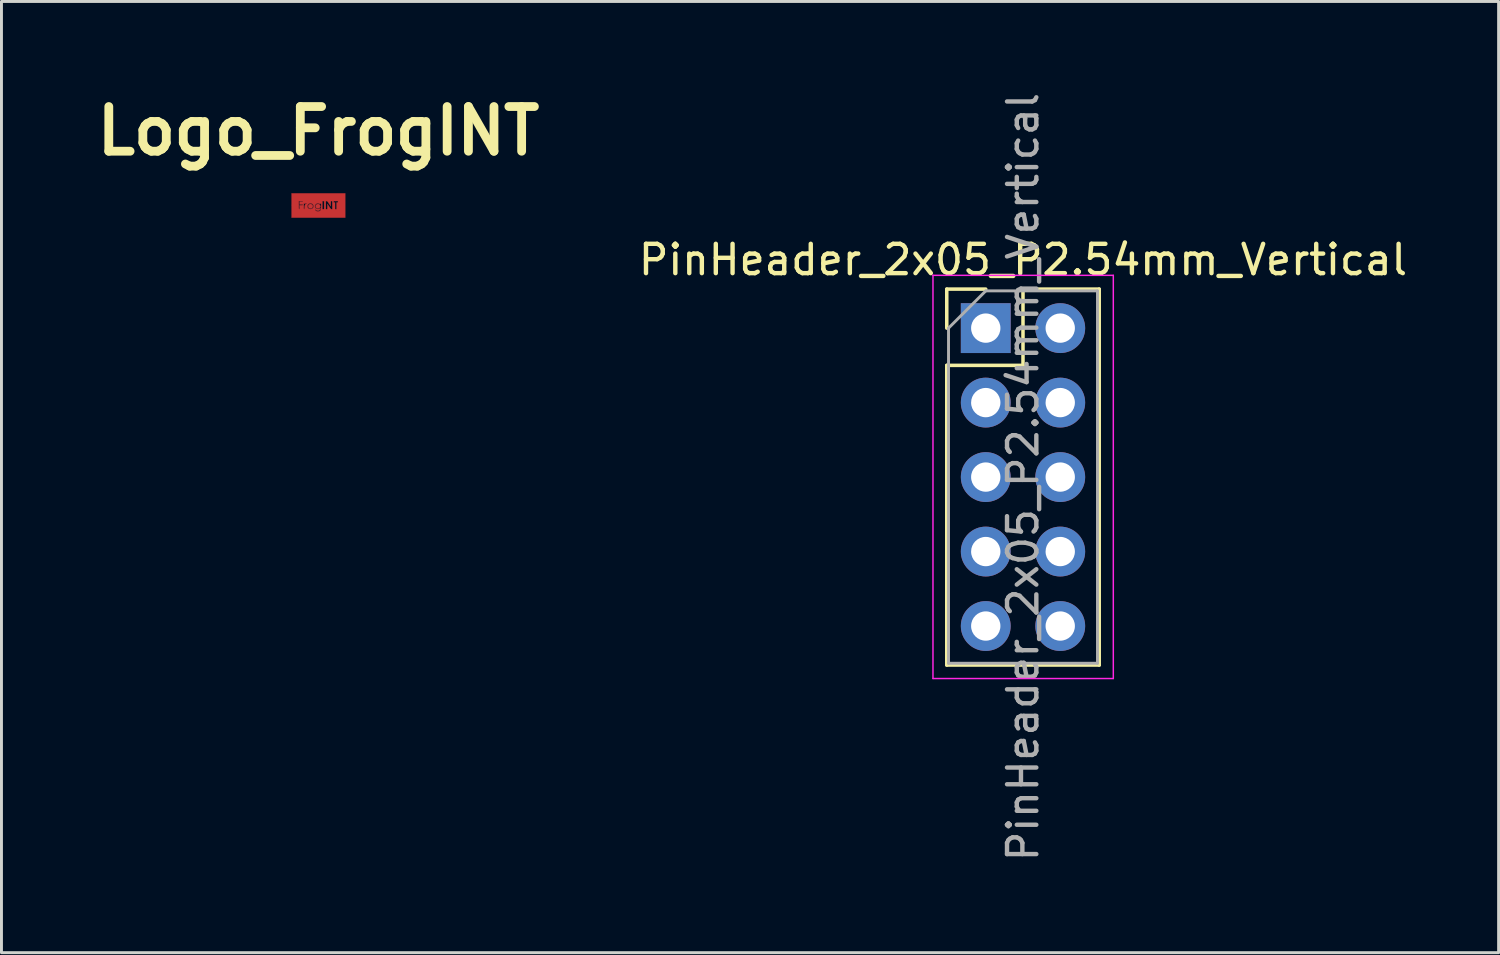
<source format=kicad_pcb>
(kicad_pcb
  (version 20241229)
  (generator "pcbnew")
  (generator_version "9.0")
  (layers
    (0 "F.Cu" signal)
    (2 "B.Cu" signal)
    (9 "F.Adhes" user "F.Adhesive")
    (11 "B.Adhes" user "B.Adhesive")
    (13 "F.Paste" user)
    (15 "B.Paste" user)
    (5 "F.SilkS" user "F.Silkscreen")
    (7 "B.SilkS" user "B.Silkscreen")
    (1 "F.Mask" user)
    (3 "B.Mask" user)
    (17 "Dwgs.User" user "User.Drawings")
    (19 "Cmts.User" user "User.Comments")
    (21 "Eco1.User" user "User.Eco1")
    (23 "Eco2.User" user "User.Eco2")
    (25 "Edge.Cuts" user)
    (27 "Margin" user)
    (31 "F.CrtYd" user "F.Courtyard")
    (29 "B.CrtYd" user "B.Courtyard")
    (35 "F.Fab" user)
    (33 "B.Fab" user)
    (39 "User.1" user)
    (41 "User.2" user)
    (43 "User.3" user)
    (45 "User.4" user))
  (footprint "PinHeader_2x05_P2.54mm_Vertical"
    (layer "F.Cu")
    (at 30.568 8.14)
    (property "Reference" "PinHeader_2x05_P2.54mm_Vertical" (at 1.27 -2.33 0) (layer "F.SilkS") (effects (font (size 1 1) (thickness 0.15))))
    (attr through_hole)
    (fp_line (start -1.33 -1.33) (end 0 -1.33) (stroke (width 0.12) (type solid)) (layer "F.SilkS"))
    (fp_line (start -1.33 0) (end -1.33 -1.33) (stroke (width 0.12) (type solid)) (layer "F.SilkS"))
    (fp_line (start -1.33 1.27) (end -1.33 11.49) (stroke (width 0.12) (type solid)) (layer "F.SilkS"))
    (fp_line (start -1.33 1.27) (end 1.27 1.27) (stroke (width 0.12) (type solid)) (layer "F.SilkS"))
    (fp_line (start -1.33 11.49) (end 3.87 11.49) (stroke (width 0.12) (type solid)) (layer "F.SilkS"))
    (fp_line (start 1.27 -1.33) (end 3.87 -1.33) (stroke (width 0.12) (type solid)) (layer "F.SilkS"))
    (fp_line (start 1.27 1.27) (end 1.27 -1.33) (stroke (width 0.12) (type solid)) (layer "F.SilkS"))
    (fp_line (start 3.87 -1.33) (end 3.87 11.49) (stroke (width 0.12) (type solid)) (layer "F.SilkS"))
    (fp_line (start -1.8 -1.8) (end -1.8 11.95) (stroke (width 0.05) (type solid)) (layer "F.CrtYd"))
    (fp_line (start -1.8 11.95) (end 4.35 11.95) (stroke (width 0.05) (type solid)) (layer "F.CrtYd"))
    (fp_line (start 4.35 -1.8) (end -1.8 -1.8) (stroke (width 0.05) (type solid)) (layer "F.CrtYd"))
    (fp_line (start 4.35 11.95) (end 4.35 -1.8) (stroke (width 0.05) (type solid)) (layer "F.CrtYd"))
    (fp_line (start -1.27 0) (end 0 -1.27) (stroke (width 0.1) (type solid)) (layer "F.Fab"))
    (fp_line (start -1.27 11.43) (end -1.27 0) (stroke (width 0.1) (type solid)) (layer "F.Fab"))
    (fp_line (start 0 -1.27) (end 3.81 -1.27) (stroke (width 0.1) (type solid)) (layer "F.Fab"))
    (fp_line (start 3.81 -1.27) (end 3.81 11.43) (stroke (width 0.1) (type solid)) (layer "F.Fab"))
    (fp_line (start 3.81 11.43) (end -1.27 11.43) (stroke (width 0.1) (type solid)) (layer "F.Fab"))
    (fp_text user "${REFERENCE}" (at 1.27 5.08 90) (layer "F.Fab") (effects (font (size 1 1) (thickness 0.15))))
    (pad "1" thru_hole rect (at 0 0) (size 1.7 1.7) (drill 1) (layers "*.Cu" "*.Mask"))
    (pad "2" thru_hole oval (at 2.54 0) (size 1.7 1.7) (drill 1) (layers "*.Cu" "*.Mask"))
    (pad "3" thru_hole oval (at 0 2.54) (size 1.7 1.7) (drill 1) (layers "*.Cu" "*.Mask"))
    (pad "4" thru_hole oval (at 2.54 2.54) (size 1.7 1.7) (drill 1) (layers "*.Cu" "*.Mask"))
    (pad "5" thru_hole oval (at 0 5.08) (size 1.7 1.7) (drill 1) (layers "*.Cu" "*.Mask"))
    (pad "6" thru_hole oval (at 2.54 5.08) (size 1.7 1.7) (drill 1) (layers "*.Cu" "*.Mask"))
    (pad "7" thru_hole oval (at 0 7.62) (size 1.7 1.7) (drill 1) (layers "*.Cu" "*.Mask"))
    (pad "8" thru_hole oval (at 2.54 7.62) (size 1.7 1.7) (drill 1) (layers "*.Cu" "*.Mask"))
    (pad "9" thru_hole oval (at 0 10.16) (size 1.7 1.7) (drill 1) (layers "*.Cu" "*.Mask"))
    (pad "10" thru_hole oval (at 2.54 10.16) (size 1.7 1.7) (drill 1) (layers "*.Cu" "*.Mask")))
  (footprint "Logo_FrogINT"
    (layer "F.Cu")
    (at 7.809 3.958)
    (property "Reference" "Logo_FrogINT" (at 0 -2.54 0) (layer "F.SilkS") (effects (font (size 1.524 1.524) (thickness 0.3))))
    (attr through_hole)
    (fp_poly (pts (xy 0.021 -0.043) (xy 0.046 -0.022) (xy 0.062 0.008) (xy 0.065 0.019) (xy 0.066 0.041) (xy 0.06 0.058) (xy 0.044 0.076) (xy 0.014 0.096) (xy -0.021 0.102) (xy -0.055 0.095) (xy -0.066 0.088) (xy -0.089 0.064) (xy -0.098 0.036) (xy -0.094 0.007) (xy -0.08 -0.019) (xy -0.055 -0.039) (xy -0.022 -0.05) (xy -0.009 -0.051) (xy 0.021 -0.043)) (stroke (width 0.01) (type solid)) (fill yes) (layer "F.Cu"))
    (fp_poly (pts (xy -0.237 -0.043) (xy -0.212 -0.025) (xy -0.194 0.00039) (xy -0.19 0.011) (xy -0.191 0.036) (xy -0.202 0.064) (xy -0.219 0.087) (xy -0.228 0.093) (xy -0.257 0.101) (xy -0.289 0.099) (xy -0.316 0.089) (xy -0.319 0.087) (xy -0.342 0.06) (xy -0.35 0.031) (xy -0.346 0.001) (xy -0.33 -0.024) (xy -0.303 -0.043) (xy -0.268 -0.051) (xy -0.264 -0.051) (xy -0.237 -0.043)) (stroke (width 0.01) (type solid)) (fill yes) (layer "F.Cu"))
    (fp_poly (pts (xy 0.914 0.415) (xy -0.914 0.415) (xy -0.914 -0.152) (xy -0.669 -0.152) (xy -0.669 -0.013) (xy -0.669 0.04) (xy -0.668 0.078) (xy -0.666 0.103) (xy -0.664 0.118) (xy -0.66 0.125) (xy -0.656 0.127) (xy -0.65 0.124) (xy -0.646 0.112) (xy -0.644 0.089) (xy -0.643 0.059) (xy -0.643 0.025) (xy -0.5 0.025) (xy -0.499 0.07) (xy -0.498 0.1) (xy -0.495 0.118) (xy -0.491 0.126) (xy -0.488 0.127) (xy -0.481 0.121) (xy -0.476 0.103) (xy -0.472 0.07) (xy -0.471 0.058) (xy -0.467 0.024) (xy -0.375 0.024) (xy -0.371 0.053) (xy -0.362 0.078) (xy -0.36 0.081) (xy -0.335 0.106) (xy -0.3 0.12) (xy -0.261 0.124) (xy -0.223 0.115) (xy -0.206 0.106) (xy -0.181 0.08) (xy -0.167 0.045) (xy -0.167 0.037) (xy -0.122 0.037) (xy -0.112 0.072) (xy -0.09 0.099) (xy -0.056 0.117) (xy -0.016 0.123) (xy 0.019 0.118) (xy 0.041 0.107) (xy 0.058 0.096) (xy 0.065 0.099) (xy 0.064 0.116) (xy 0.06 0.129) (xy 0.043 0.156) (xy 0.016 0.173) (xy -0.016 0.178) (xy -0.049 0.172) (xy -0.075 0.157) (xy -0.098 0.14) (xy -0.113 0.135) (xy -0.118 0.141) (xy -0.111 0.156) (xy -0.097 0.172) (xy -0.064 0.194) (xy -0.023 0.202) (xy 0.021 0.197) (xy 0.032 0.194) (xy 0.053 0.184) (xy 0.068 0.171) (xy 0.079 0.15) (xy 0.085 0.119) (xy 0.09 0.077) (xy 0.092 0.032) (xy 0.093 -0.013) (xy 0.093 -0.044) (xy 0.092 -0.062) (xy 0.089 -0.072) (xy 0.084 -0.076) (xy 0.081 -0.076) (xy 0.07 -0.069) (xy 0.068 -0.06) (xy 0.067 -0.051) (xy 0.061 -0.049) (xy 0.047 -0.055) (xy 0.036 -0.061) (xy -0.004 -0.073) (xy -0.043 -0.071) (xy -0.078 -0.056) (xy -0.105 -0.028) (xy -0.117 -0.002) (xy -0.122 0.037) (xy -0.167 0.037) (xy -0.166 0.008) (xy -0.169 -0.001) (xy -0.186 -0.035) (xy -0.212 -0.059) (xy -0.244 -0.071) (xy -0.278 -0.074) (xy -0.312 -0.066) (xy -0.341 -0.049) (xy -0.363 -0.024) (xy -0.374 0.011) (xy -0.375 0.024) (xy -0.467 0.024) (xy -0.465 0.009) (xy -0.455 -0.024) (xy -0.441 -0.044) (xy -0.422 -0.051) (xy -0.419 -0.051) (xy -0.402 -0.055) (xy -0.398 -0.064) (xy -0.404 -0.074) (xy -0.422 -0.075) (xy -0.447 -0.066) (xy -0.451 -0.064) (xy -0.467 -0.057) (xy -0.473 -0.058) (xy -0.474 -0.064) (xy -0.481 -0.075) (xy -0.487 -0.076) (xy -0.492 -0.074) (xy -0.496 -0.064) (xy -0.498 -0.046) (xy -0.499 -0.015) (xy -0.5 0.025) (xy -0.643 0.025) (xy -0.643 -0.008) (xy -0.584 -0.008) (xy -0.552 -0.009) (xy -0.534 -0.012) (xy -0.526 -0.017) (xy -0.525 -0.021) (xy -0.528 -0.028) (xy -0.541 -0.032) (xy -0.566 -0.034) (xy -0.584 -0.034) (xy -0.643 -0.034) (xy -0.643 -0.127) (xy -0.584 -0.127) (xy -0.552 -0.128) (xy -0.534 -0.13) (xy -0.526 -0.136) (xy -0.525 -0.14) (xy -0.528 -0.146) (xy -0.539 -0.15) (xy -0.561 -0.152) (xy -0.597 -0.152) (xy 0.135 -0.152) (xy 0.135 0.127) (xy 0.195 0.127) (xy 0.195 -0.152) (xy 0.254 -0.152) (xy 0.254 0.127) (xy 0.304 0.127) (xy 0.309 -0.053) (xy 0.367 0.037) (xy 0.391 0.074) (xy 0.409 0.1) (xy 0.423 0.116) (xy 0.434 0.124) (xy 0.444 0.127) (xy 0.449 0.127) (xy 0.474 0.127) (xy 0.474 -0.152) (xy 0.516 -0.152) (xy 0.516 -0.127) (xy 0.519 -0.109) (xy 0.528 -0.102) (xy 0.542 -0.102) (xy 0.567 -0.102) (xy 0.567 0.127) (xy 0.618 0.127) (xy 0.618 -0.102) (xy 0.643 -0.102) (xy 0.661 -0.104) (xy 0.668 -0.114) (xy 0.669 -0.127) (xy 0.669 -0.152) (xy 0.516 -0.152) (xy 0.474 -0.152) (xy 0.424 -0.152) (xy 0.419 0.026) (xy 0.361 -0.063) (xy 0.336 -0.101) (xy 0.318 -0.126) (xy 0.305 -0.141) (xy 0.294 -0.149) (xy 0.283 -0.152) (xy 0.279 -0.152) (xy 0.254 -0.152) (xy 0.195 -0.152) (xy 0.135 -0.152) (xy -0.597 -0.152) (xy -0.669 -0.152) (xy -0.914 -0.152) (xy -0.914 -0.415) (xy 0.914 -0.415) (xy 0.914 0.415)) (stroke (width 0.01) (type solid)) (fill yes) (layer "F.Cu")))
  (gr_rect
    (start -3 -3)
    (end 48.058 29.44)
    (stroke (width 0.1) (type default))
    (fill no)
    (layer "Edge.Cuts")))
</source>
